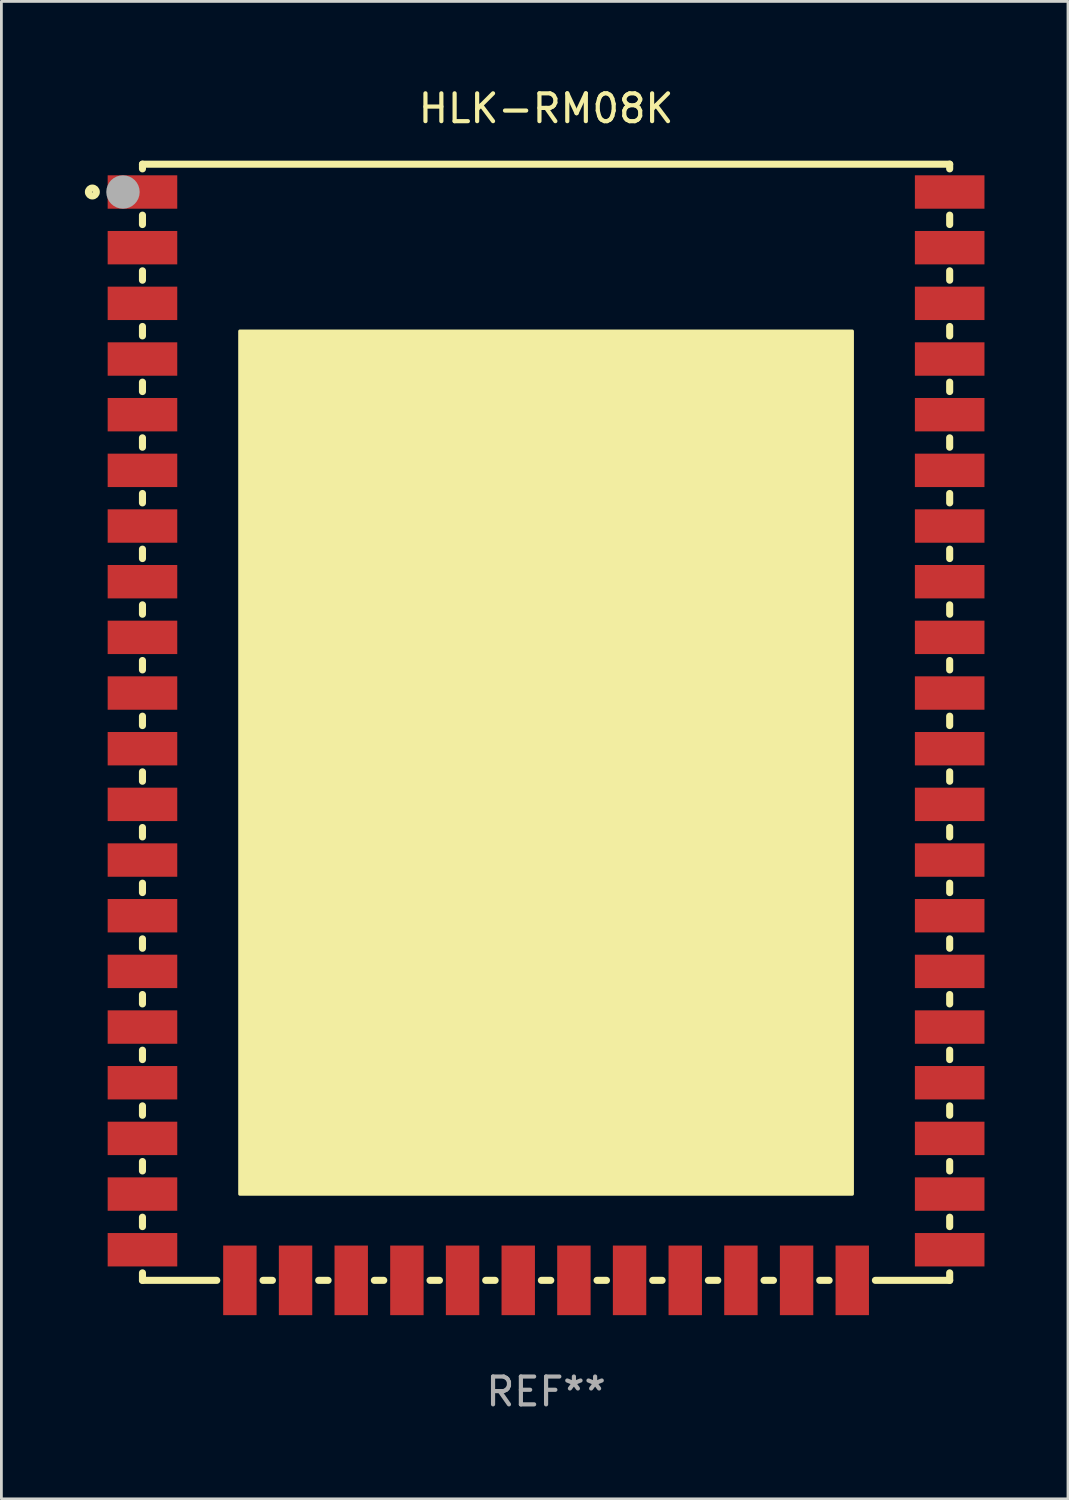
<source format=kicad_pcb>
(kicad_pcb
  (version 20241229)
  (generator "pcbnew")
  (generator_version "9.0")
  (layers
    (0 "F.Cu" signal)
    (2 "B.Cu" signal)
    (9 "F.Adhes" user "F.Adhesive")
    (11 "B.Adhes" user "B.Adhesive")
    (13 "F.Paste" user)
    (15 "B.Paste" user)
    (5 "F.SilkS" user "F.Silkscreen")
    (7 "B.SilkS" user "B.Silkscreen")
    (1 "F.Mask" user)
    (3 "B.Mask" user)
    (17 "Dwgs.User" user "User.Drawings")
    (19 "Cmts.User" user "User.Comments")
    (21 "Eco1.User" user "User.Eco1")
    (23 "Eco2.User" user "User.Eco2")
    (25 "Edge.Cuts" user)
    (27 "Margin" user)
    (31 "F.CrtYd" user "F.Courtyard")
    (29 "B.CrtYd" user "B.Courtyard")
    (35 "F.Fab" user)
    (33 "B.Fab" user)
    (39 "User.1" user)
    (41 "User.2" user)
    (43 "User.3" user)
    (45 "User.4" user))
  (footprint "HLK-RM08K"
    (layer "F.Cu")
    (at 16.568 22.898)
    (property "Reference" "HLK-RM08K" (at 0 -22.05 0) (layer "F.SilkS") (effects (font (size 1 1) (thickness 0.15))))
    (attr through_hole)
    (fp_line (start -14.5 -20.05) (end -14.5 -19.881) (stroke (width 0.254) (type solid)) (layer "F.SilkS"))
    (fp_line (start -14.5 -20.05) (end 14.5 -20.05) (stroke (width 0.254) (type solid)) (layer "F.SilkS"))
    (fp_line (start -14.5 -18.219) (end -14.5 -17.881) (stroke (width 0.254) (type solid)) (layer "F.SilkS"))
    (fp_line (start -14.5 -16.219) (end -14.5 -15.881) (stroke (width 0.254) (type solid)) (layer "F.SilkS"))
    (fp_line (start -14.5 -14.219) (end -14.5 -13.881) (stroke (width 0.254) (type solid)) (layer "F.SilkS"))
    (fp_line (start -14.5 -12.219) (end -14.5 -11.881) (stroke (width 0.254) (type solid)) (layer "F.SilkS"))
    (fp_line (start -14.5 -10.219) (end -14.5 -9.881) (stroke (width 0.254) (type solid)) (layer "F.SilkS"))
    (fp_line (start -14.5 -8.219) (end -14.5 -7.881) (stroke (width 0.254) (type solid)) (layer "F.SilkS"))
    (fp_line (start -14.5 -6.219) (end -14.5 -5.881) (stroke (width 0.254) (type solid)) (layer "F.SilkS"))
    (fp_line (start -14.5 -4.219) (end -14.5 -3.881) (stroke (width 0.254) (type solid)) (layer "F.SilkS"))
    (fp_line (start -14.5 -2.219) (end -14.5 -1.881) (stroke (width 0.254) (type solid)) (layer "F.SilkS"))
    (fp_line (start -14.5 -0.219) (end -14.5 0.119) (stroke (width 0.254) (type solid)) (layer "F.SilkS"))
    (fp_line (start -14.5 1.781) (end -14.5 2.119) (stroke (width 0.254) (type solid)) (layer "F.SilkS"))
    (fp_line (start -14.5 3.781) (end -14.5 4.119) (stroke (width 0.254) (type solid)) (layer "F.SilkS"))
    (fp_line (start -14.5 5.781) (end -14.5 6.119) (stroke (width 0.254) (type solid)) (layer "F.SilkS"))
    (fp_line (start -14.5 7.781) (end -14.5 8.119) (stroke (width 0.254) (type solid)) (layer "F.SilkS"))
    (fp_line (start -14.5 9.781) (end -14.5 10.119) (stroke (width 0.254) (type solid)) (layer "F.SilkS"))
    (fp_line (start -14.5 11.781) (end -14.5 12.119) (stroke (width 0.254) (type solid)) (layer "F.SilkS"))
    (fp_line (start -14.5 13.781) (end -14.5 14.119) (stroke (width 0.254) (type solid)) (layer "F.SilkS"))
    (fp_line (start -14.5 15.781) (end -14.5 16.119) (stroke (width 0.254) (type solid)) (layer "F.SilkS"))
    (fp_line (start -14.5 17.781) (end -14.5 18.119) (stroke (width 0.254) (type solid)) (layer "F.SilkS"))
    (fp_line (start -14.5 19.781) (end -14.5 20.05) (stroke (width 0.254) (type solid)) (layer "F.SilkS"))
    (fp_line (start -14.5 20.05) (end -11.831 20.05) (stroke (width 0.254) (type solid)) (layer "F.SilkS"))
    (fp_line (start -10.169 20.05) (end -9.831 20.05) (stroke (width 0.254) (type solid)) (layer "F.SilkS"))
    (fp_line (start -8.169 20.05) (end -7.831 20.05) (stroke (width 0.254) (type solid)) (layer "F.SilkS"))
    (fp_line (start -6.169 20.05) (end -5.831 20.05) (stroke (width 0.254) (type solid)) (layer "F.SilkS"))
    (fp_line (start -4.169 20.05) (end -3.831 20.05) (stroke (width 0.254) (type solid)) (layer "F.SilkS"))
    (fp_line (start -2.169 20.05) (end -1.831 20.05) (stroke (width 0.254) (type solid)) (layer "F.SilkS"))
    (fp_line (start -0.169 20.05) (end 0.169 20.05) (stroke (width 0.254) (type solid)) (layer "F.SilkS"))
    (fp_line (start 1.831 20.05) (end 2.169 20.05) (stroke (width 0.254) (type solid)) (layer "F.SilkS"))
    (fp_line (start 3.831 20.05) (end 4.169 20.05) (stroke (width 0.254) (type solid)) (layer "F.SilkS"))
    (fp_line (start 5.831 20.05) (end 6.169 20.05) (stroke (width 0.254) (type solid)) (layer "F.SilkS"))
    (fp_line (start 7.831 20.05) (end 8.169 20.05) (stroke (width 0.254) (type solid)) (layer "F.SilkS"))
    (fp_line (start 9.831 20.05) (end 10.169 20.05) (stroke (width 0.254) (type solid)) (layer "F.SilkS"))
    (fp_line (start 11.831 20.05) (end 14.5 20.05) (stroke (width 0.254) (type solid)) (layer "F.SilkS"))
    (fp_line (start 14.5 -20.05) (end 14.5 -19.881) (stroke (width 0.254) (type solid)) (layer "F.SilkS"))
    (fp_line (start 14.5 -18.219) (end 14.5 -17.881) (stroke (width 0.254) (type solid)) (layer "F.SilkS"))
    (fp_line (start 14.5 -16.219) (end 14.5 -15.881) (stroke (width 0.254) (type solid)) (layer "F.SilkS"))
    (fp_line (start 14.5 -14.219) (end 14.5 -13.881) (stroke (width 0.254) (type solid)) (layer "F.SilkS"))
    (fp_line (start 14.5 -12.219) (end 14.5 -11.881) (stroke (width 0.254) (type solid)) (layer "F.SilkS"))
    (fp_line (start 14.5 -10.219) (end 14.5 -9.881) (stroke (width 0.254) (type solid)) (layer "F.SilkS"))
    (fp_line (start 14.5 -8.219) (end 14.5 -7.881) (stroke (width 0.254) (type solid)) (layer "F.SilkS"))
    (fp_line (start 14.5 -6.219) (end 14.5 -5.881) (stroke (width 0.254) (type solid)) (layer "F.SilkS"))
    (fp_line (start 14.5 -4.219) (end 14.5 -3.881) (stroke (width 0.254) (type solid)) (layer "F.SilkS"))
    (fp_line (start 14.5 -2.219) (end 14.5 -1.881) (stroke (width 0.254) (type solid)) (layer "F.SilkS"))
    (fp_line (start 14.5 -0.219) (end 14.5 0.119) (stroke (width 0.254) (type solid)) (layer "F.SilkS"))
    (fp_line (start 14.5 1.781) (end 14.5 2.119) (stroke (width 0.254) (type solid)) (layer "F.SilkS"))
    (fp_line (start 14.5 3.781) (end 14.5 4.119) (stroke (width 0.254) (type solid)) (layer "F.SilkS"))
    (fp_line (start 14.5 5.781) (end 14.5 6.119) (stroke (width 0.254) (type solid)) (layer "F.SilkS"))
    (fp_line (start 14.5 7.781) (end 14.5 8.119) (stroke (width 0.254) (type solid)) (layer "F.SilkS"))
    (fp_line (start 14.5 9.781) (end 14.5 10.119) (stroke (width 0.254) (type solid)) (layer "F.SilkS"))
    (fp_line (start 14.5 11.781) (end 14.5 12.119) (stroke (width 0.254) (type solid)) (layer "F.SilkS"))
    (fp_line (start 14.5 13.781) (end 14.5 14.119) (stroke (width 0.254) (type solid)) (layer "F.SilkS"))
    (fp_line (start 14.5 15.781) (end 14.5 16.119) (stroke (width 0.254) (type solid)) (layer "F.SilkS"))
    (fp_line (start 14.5 17.781) (end 14.5 18.119) (stroke (width 0.254) (type solid)) (layer "F.SilkS"))
    (fp_line (start 14.5 19.781) (end 14.5 20.05) (stroke (width 0.254) (type solid)) (layer "F.SilkS"))
    (fp_circle (center -16.3 -19.05) (end -16.158 -19.05) (stroke (width 0.254) (type solid)) (fill no) (layer "F.SilkS"))
    (fp_circle (center -14.5 -20.05) (end -14.47 -20.05) (stroke (width 0.06) (type solid)) (fill no) (layer "F.SilkS"))
    (fp_poly (pts (xy -11 -14.05) (xy 11 -14.05) (xy 11 16.95) (xy -11 16.95)) (stroke (width 0.12) (type solid)) (fill yes) (layer "F.SilkS"))
    (fp_circle (center -15.2 -19.05) (end -14.9 -19.05) (stroke (width 0.6) (type solid)) (fill no) (layer "F.Fab"))
    (fp_text user "REF**" (at 0 24.05 0) (layer "F.Fab") (effects (font (size 1 1) (thickness 0.15))))
    (pad "1" smd rect (at -14.5 -19.05 90) (size 1.2 2.5) (layers "F.Cu" "F.Mask" "F.Paste"))
    (pad "2" smd rect (at -14.5 -17.05 90) (size 1.2 2.5) (layers "F.Cu" "F.Mask" "F.Paste"))
    (pad "3" smd rect (at -14.5 -15.05 90) (size 1.2 2.5) (layers "F.Cu" "F.Mask" "F.Paste"))
    (pad "4" smd rect (at -14.5 -13.05 90) (size 1.2 2.5) (layers "F.Cu" "F.Mask" "F.Paste"))
    (pad "5" smd rect (at -14.5 -11.05 90) (size 1.2 2.5) (layers "F.Cu" "F.Mask" "F.Paste"))
    (pad "6" smd rect (at -14.5 -9.05 90) (size 1.2 2.5) (layers "F.Cu" "F.Mask" "F.Paste"))
    (pad "7" smd rect (at -14.5 -7.05 90) (size 1.2 2.5) (layers "F.Cu" "F.Mask" "F.Paste"))
    (pad "8" smd rect (at -14.5 -5.05 90) (size 1.2 2.5) (layers "F.Cu" "F.Mask" "F.Paste"))
    (pad "9" smd rect (at -14.5 -3.05 90) (size 1.2 2.5) (layers "F.Cu" "F.Mask" "F.Paste"))
    (pad "10" smd rect (at -14.5 -1.05 90) (size 1.2 2.5) (layers "F.Cu" "F.Mask" "F.Paste"))
    (pad "11" smd rect (at -14.5 0.95 90) (size 1.2 2.5) (layers "F.Cu" "F.Mask" "F.Paste"))
    (pad "12" smd rect (at -14.5 2.95 90) (size 1.2 2.5) (layers "F.Cu" "F.Mask" "F.Paste"))
    (pad "13" smd rect (at -14.5 4.95 90) (size 1.2 2.5) (layers "F.Cu" "F.Mask" "F.Paste"))
    (pad "14" smd rect (at -14.5 6.95 90) (size 1.2 2.5) (layers "F.Cu" "F.Mask" "F.Paste"))
    (pad "15" smd rect (at -14.5 8.95 90) (size 1.2 2.5) (layers "F.Cu" "F.Mask" "F.Paste"))
    (pad "16" smd rect (at -14.5 10.95 90) (size 1.2 2.5) (layers "F.Cu" "F.Mask" "F.Paste"))
    (pad "17" smd rect (at -14.5 12.95 90) (size 1.2 2.5) (layers "F.Cu" "F.Mask" "F.Paste"))
    (pad "18" smd rect (at -14.5 14.95 90) (size 1.2 2.5) (layers "F.Cu" "F.Mask" "F.Paste"))
    (pad "19" smd rect (at -14.5 16.95 90) (size 1.2 2.5) (layers "F.Cu" "F.Mask" "F.Paste"))
    (pad "20" smd rect (at -14.5 18.95 90) (size 1.2 2.5) (layers "F.Cu" "F.Mask" "F.Paste"))
    (pad "21" smd rect (at -11 20.05 180) (size 1.2 2.5) (layers "F.Cu" "F.Mask" "F.Paste"))
    (pad "22" smd rect (at -9 20.05 180) (size 1.2 2.5) (layers "F.Cu" "F.Mask" "F.Paste"))
    (pad "23" smd rect (at -7 20.05 180) (size 1.2 2.5) (layers "F.Cu" "F.Mask" "F.Paste"))
    (pad "24" smd rect (at -5 20.05 180) (size 1.2 2.5) (layers "F.Cu" "F.Mask" "F.Paste"))
    (pad "25" smd rect (at -3 20.05 180) (size 1.2 2.5) (layers "F.Cu" "F.Mask" "F.Paste"))
    (pad "26" smd rect (at -1 20.05 180) (size 1.2 2.5) (layers "F.Cu" "F.Mask" "F.Paste"))
    (pad "27" smd rect (at 1 20.05 180) (size 1.2 2.5) (layers "F.Cu" "F.Mask" "F.Paste"))
    (pad "28" smd rect (at 3 20.05 180) (size 1.2 2.5) (layers "F.Cu" "F.Mask" "F.Paste"))
    (pad "29" smd rect (at 5 20.05 180) (size 1.2 2.5) (layers "F.Cu" "F.Mask" "F.Paste"))
    (pad "30" smd rect (at 7 20.05 180) (size 1.2 2.5) (layers "F.Cu" "F.Mask" "F.Paste"))
    (pad "31" smd rect (at 9 20.05 180) (size 1.2 2.5) (layers "F.Cu" "F.Mask" "F.Paste"))
    (pad "32" smd rect (at 11 20.05 180) (size 1.2 2.5) (layers "F.Cu" "F.Mask" "F.Paste"))
    (pad "33" smd rect (at 14.5 18.95 270) (size 1.2 2.5) (layers "F.Cu" "F.Mask" "F.Paste"))
    (pad "34" smd rect (at 14.5 16.95 270) (size 1.2 2.5) (layers "F.Cu" "F.Mask" "F.Paste"))
    (pad "35" smd rect (at 14.5 14.95 270) (size 1.2 2.5) (layers "F.Cu" "F.Mask" "F.Paste"))
    (pad "36" smd rect (at 14.5 12.95 270) (size 1.2 2.5) (layers "F.Cu" "F.Mask" "F.Paste"))
    (pad "37" smd rect (at 14.5 10.95 270) (size 1.2 2.5) (layers "F.Cu" "F.Mask" "F.Paste"))
    (pad "38" smd rect (at 14.5 8.95 270) (size 1.2 2.5) (layers "F.Cu" "F.Mask" "F.Paste"))
    (pad "39" smd rect (at 14.5 6.95 270) (size 1.2 2.5) (layers "F.Cu" "F.Mask" "F.Paste"))
    (pad "40" smd rect (at 14.5 4.95 270) (size 1.2 2.5) (layers "F.Cu" "F.Mask" "F.Paste"))
    (pad "41" smd rect (at 14.5 2.95 270) (size 1.2 2.5) (layers "F.Cu" "F.Mask" "F.Paste"))
    (pad "42" smd rect (at 14.5 0.95 270) (size 1.2 2.5) (layers "F.Cu" "F.Mask" "F.Paste"))
    (pad "43" smd rect (at 14.5 -1.05 270) (size 1.2 2.5) (layers "F.Cu" "F.Mask" "F.Paste"))
    (pad "44" smd rect (at 14.5 -3.05 270) (size 1.2 2.5) (layers "F.Cu" "F.Mask" "F.Paste"))
    (pad "45" smd rect (at 14.5 -5.05 270) (size 1.2 2.5) (layers "F.Cu" "F.Mask" "F.Paste"))
    (pad "46" smd rect (at 14.5 -7.05 270) (size 1.2 2.5) (layers "F.Cu" "F.Mask" "F.Paste"))
    (pad "47" smd rect (at 14.5 -9.05 270) (size 1.2 2.5) (layers "F.Cu" "F.Mask" "F.Paste"))
    (pad "48" smd rect (at 14.5 -11.05 270) (size 1.2 2.5) (layers "F.Cu" "F.Mask" "F.Paste"))
    (pad "49" smd rect (at 14.5 -13.05 270) (size 1.2 2.5) (layers "F.Cu" "F.Mask" "F.Paste"))
    (pad "50" smd rect (at 14.5 -15.05 270) (size 1.2 2.5) (layers "F.Cu" "F.Mask" "F.Paste"))
    (pad "51" smd rect (at 14.5 -17.05 270) (size 1.2 2.5) (layers "F.Cu" "F.Mask" "F.Paste"))
    (pad "52" smd rect (at 14.5 -19.05 270) (size 1.2 2.5) (layers "F.Cu" "F.Mask" "F.Paste")))
  (gr_rect
    (start -3 -3)
    (end 35.318 50.797)
    (stroke (width 0.1) (type default))
    (fill no)
    (layer "Edge.Cuts")))
</source>
